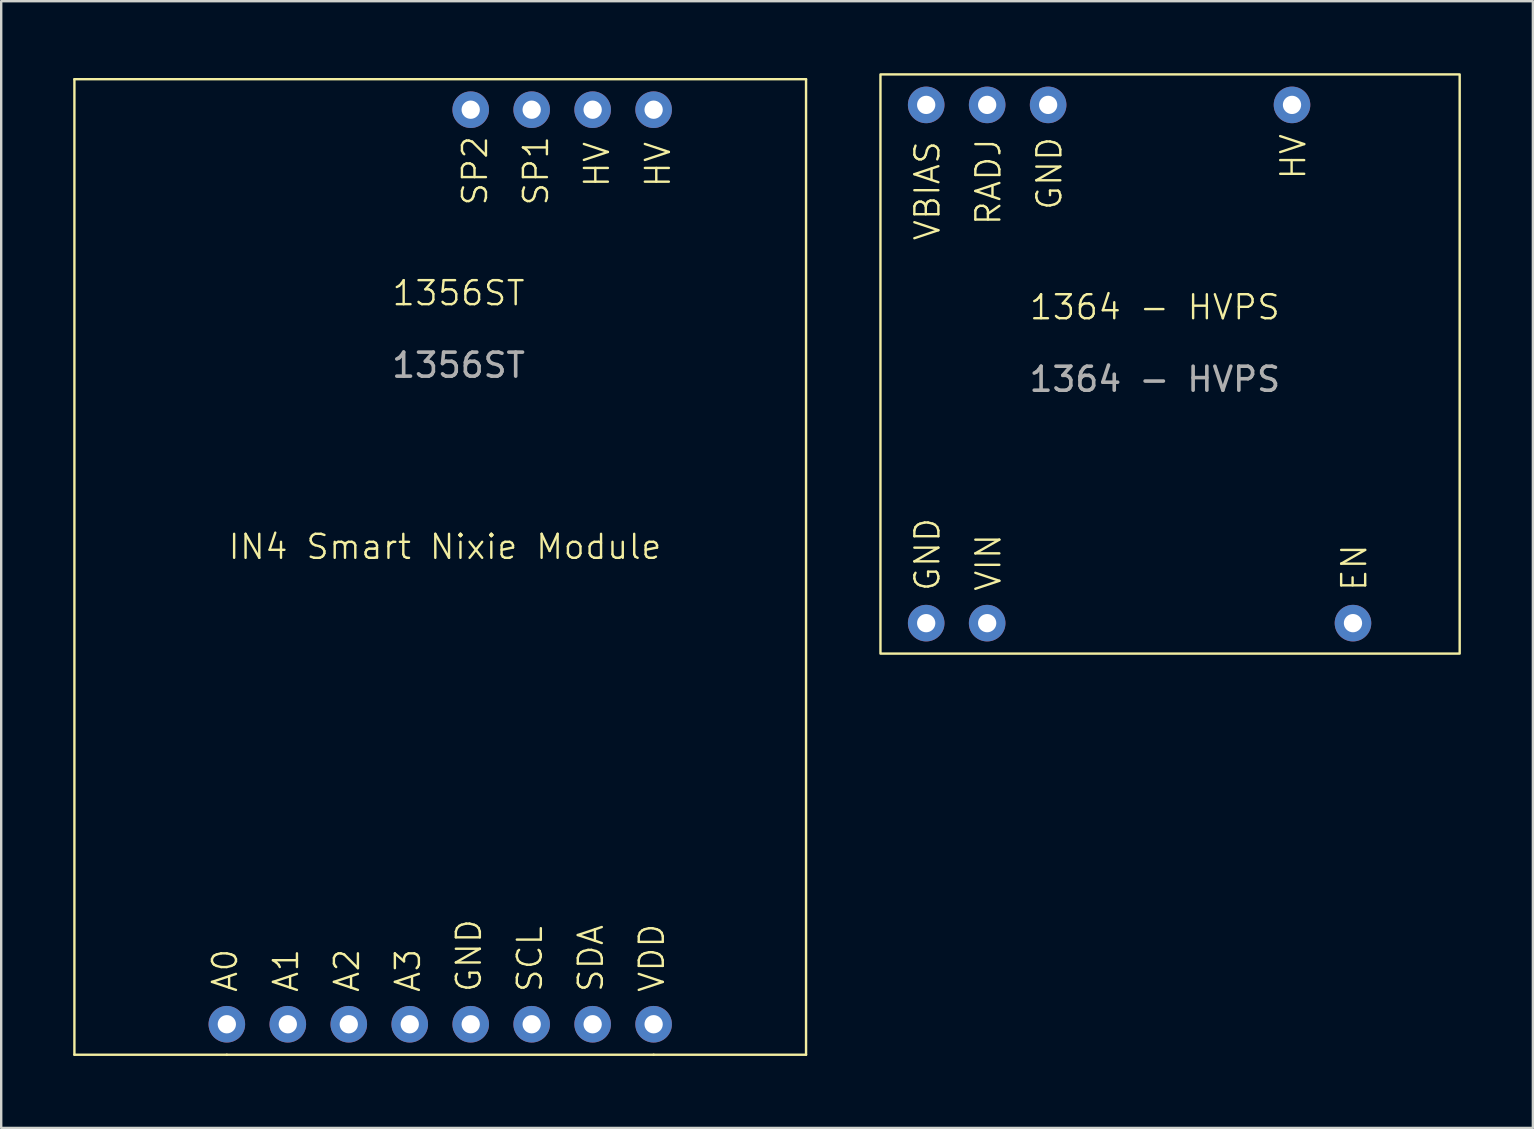
<source format=kicad_pcb>
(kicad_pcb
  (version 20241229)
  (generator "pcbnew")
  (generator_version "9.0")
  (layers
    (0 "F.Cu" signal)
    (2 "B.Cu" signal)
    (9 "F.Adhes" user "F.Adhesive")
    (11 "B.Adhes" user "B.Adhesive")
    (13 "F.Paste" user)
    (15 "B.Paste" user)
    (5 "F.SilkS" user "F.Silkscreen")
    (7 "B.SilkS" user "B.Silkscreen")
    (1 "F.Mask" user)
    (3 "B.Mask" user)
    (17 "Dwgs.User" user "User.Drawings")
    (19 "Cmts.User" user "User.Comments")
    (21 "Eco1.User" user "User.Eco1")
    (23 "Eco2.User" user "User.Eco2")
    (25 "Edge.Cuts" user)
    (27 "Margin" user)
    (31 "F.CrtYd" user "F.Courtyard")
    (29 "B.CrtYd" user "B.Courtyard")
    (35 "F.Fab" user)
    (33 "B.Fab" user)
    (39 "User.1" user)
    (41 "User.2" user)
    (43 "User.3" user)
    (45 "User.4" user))
  (footprint "1356ST"
    (layer "F.Cu")
    (at 30.149 0.25)
    (property "Reference" "1356ST" (at -14.097 8.914 0) (unlocked yes) (layer "F.SilkS") (effects (font (size 1 1) (thickness 0.1))))
    (attr through_hole)
    (fp_line (start -30.099 0) (end 0.381 0) (stroke (width 0.1) (type default)) (layer "F.SilkS"))
    (fp_line (start -30.099 40.64) (end -30.099 0) (stroke (width 0.1) (type default)) (layer "F.SilkS"))
    (fp_line (start -23.749 40.64) (end -30.099 40.64) (stroke (width 0.1) (type default)) (layer "F.SilkS"))
    (fp_line (start -23.749 40.64) (end -5.969 40.64) (stroke (width 0.1) (type default)) (layer "F.SilkS"))
    (fp_line (start -5.969 40.64) (end 0.381 40.64) (stroke (width 0.1) (type default)) (layer "F.SilkS"))
    (fp_line (start 0.381 0) (end 0.381 40.64) (stroke (width 0.1) (type default)) (layer "F.SilkS"))
    (fp_text user "A3" (at -15.621 38.1 90) (unlocked yes) (layer "F.SilkS") (effects (font (size 1 1) (thickness 0.1)) (justify left bottom)))
    (fp_text user "A1" (at -20.701 38.1 90) (unlocked yes) (layer "F.SilkS") (effects (font (size 1 1) (thickness 0.1)) (justify left bottom)))
    (fp_text user "SP1" (at -10.287 5.334 90) (unlocked yes) (layer "F.SilkS") (effects (font (size 1 1) (thickness 0.1)) (justify left bottom)))
    (fp_text user "HV" (at -7.747 4.572 90) (unlocked yes) (layer "F.SilkS") (effects (font (size 1 1) (thickness 0.1)) (justify left bottom)))
    (fp_text user "SP2" (at -12.827 5.334 90) (unlocked yes) (layer "F.SilkS") (effects (font (size 1 1) (thickness 0.1)) (justify left bottom)))
    (fp_text user "HV" (at -5.207 4.572 90) (unlocked yes) (layer "F.SilkS") (effects (font (size 1 1) (thickness 0.1)) (justify left bottom)))
    (fp_text user "IN4 Smart Nixie Module" (at -23.749 20.066 0) (unlocked yes) (layer "F.SilkS") (effects (font (size 1 1) (thickness 0.1)) (justify left bottom)))
    (fp_text user "VDD" (at -5.461 38.1 90) (unlocked yes) (layer "F.SilkS") (effects (font (size 1 1) (thickness 0.1)) (justify left bottom)))
    (fp_text user "A0" (at -23.241 38.1 90) (unlocked yes) (layer "F.SilkS") (effects (font (size 1 1) (thickness 0.1)) (justify left bottom)))
    (fp_text user "SCL" (at -10.541 38.1 90) (unlocked yes) (layer "F.SilkS") (effects (font (size 1 1) (thickness 0.1)) (justify left bottom)))
    (fp_text user "A2" (at -18.161 38.1 90) (unlocked yes) (layer "F.SilkS") (effects (font (size 1 1) (thickness 0.1)) (justify left bottom)))
    (fp_text user "SDA" (at -8.001 38.1 90) (unlocked yes) (layer "F.SilkS") (effects (font (size 1 1) (thickness 0.1)) (justify left bottom)))
    (fp_text user "GND" (at -13.081 38.1 90) (unlocked yes) (layer "F.SilkS") (effects (font (size 1 1) (thickness 0.1)) (justify left bottom)))
    (fp_text user "${REFERENCE}" (at -14.097 11.914 0) (unlocked yes) (layer "F.Fab") (effects (font (size 1 1) (thickness 0.15))))
    (pad "1" thru_hole circle (at -23.749 39.37) (size 1.524 1.524) (drill 0.762) (layers "*.Cu" "*.Mask"))
    (pad "2" thru_hole circle (at -21.209 39.37) (size 1.524 1.524) (drill 0.762) (layers "*.Cu" "*.Mask"))
    (pad "3" thru_hole circle (at -18.669 39.37) (size 1.524 1.524) (drill 0.762) (layers "*.Cu" "*.Mask"))
    (pad "4" thru_hole circle (at -16.129 39.37) (size 1.524 1.524) (drill 0.762) (layers "*.Cu" "*.Mask"))
    (pad "5" thru_hole circle (at -13.589 39.37) (size 1.524 1.524) (drill 0.762) (layers "*.Cu" "*.Mask"))
    (pad "6" thru_hole circle (at -11.049 39.37) (size 1.524 1.524) (drill 0.762) (layers "*.Cu" "*.Mask"))
    (pad "7" thru_hole circle (at -8.509 39.37) (size 1.524 1.524) (drill 0.762) (layers "*.Cu" "*.Mask"))
    (pad "8" thru_hole circle (at -5.969 39.37) (size 1.524 1.524) (drill 0.762) (layers "*.Cu" "*.Mask"))
    (pad "9" thru_hole circle (at -5.969 1.27) (size 1.524 1.524) (drill 0.762) (layers "*.Cu" "*.Mask"))
    (pad "10" thru_hole circle (at -8.509 1.27) (size 1.524 1.524) (drill 0.762) (layers "*.Cu" "*.Mask"))
    (pad "11" thru_hole circle (at -11.049 1.27) (size 1.524 1.524) (drill 0.762) (layers "*.Cu" "*.Mask"))
    (pad "12" thru_hole circle (at -13.589 1.27) (size 1.524 1.524) (drill 0.762) (layers "*.Cu" "*.Mask")))
  (footprint "1364 - HVPS"
    (layer "F.Cu")
    (at 45.06 12.75)
    (property "Reference" "1364 - HVPS" (at 0 -3 0) (unlocked yes) (layer "F.SilkS") (effects (font (size 1 1) (thickness 0.1))))
    (attr through_hole)
    (fp_rect (start -11.43 -12.7) (end 12.7 11.43) (stroke (width 0.1) (type default)) (fill no) (layer "F.SilkS"))
    (fp_text user "EN" (at 8.89 8.89 90) (unlocked yes) (layer "F.SilkS") (effects (font (size 1 1) (thickness 0.1)) (justify left bottom)))
    (fp_text user "VBIAS" (at -8.89 -5.715 90) (unlocked yes) (layer "F.SilkS") (effects (font (size 1 1) (thickness 0.1)) (justify left bottom)))
    (fp_text user "GND" (at -8.89 8.89 90) (unlocked yes) (layer "F.SilkS") (effects (font (size 1 1) (thickness 0.1)) (justify left bottom)))
    (fp_text user "GND" (at -3.81 -6.985 90) (unlocked yes) (layer "F.SilkS") (effects (font (size 1 1) (thickness 0.1)) (justify left bottom)))
    (fp_text user "HV" (at 6.35 -8.255 90) (unlocked yes) (layer "F.SilkS") (effects (font (size 1 1) (thickness 0.1)) (justify left bottom)))
    (fp_text user "RADJ" (at -6.35 -6.35 90) (unlocked yes) (layer "F.SilkS") (effects (font (size 1 1) (thickness 0.1)) (justify left bottom)))
    (fp_text user "VIN" (at -6.35 8.89 90) (unlocked yes) (layer "F.SilkS") (effects (font (size 1 1) (thickness 0.1)) (justify left bottom)))
    (fp_text user "${REFERENCE}" (at 0 0 0) (unlocked yes) (layer "F.Fab") (effects (font (size 1 1) (thickness 0.15))))
    (pad "1" thru_hole circle (at 5.715 -11.43) (size 1.524 1.524) (drill 0.762) (layers "*.Cu" "*.Mask"))
    (pad "2" thru_hole circle (at -6.985 -11.43) (size 1.524 1.524) (drill 0.762) (layers "*.Cu" "*.Mask"))
    (pad "3" thru_hole circle (at -4.445 -11.43) (size 1.524 1.524) (drill 0.762) (layers "*.Cu" "*.Mask"))
    (pad "4" thru_hole circle (at -6.985 10.16) (size 1.524 1.524) (drill 0.762) (layers "*.Cu" "*.Mask"))
    (pad "5" thru_hole circle (at -9.525 10.16) (size 1.524 1.524) (drill 0.762) (layers "*.Cu" "*.Mask"))
    (pad "6" thru_hole circle (at -9.525 -11.43) (size 1.524 1.524) (drill 0.762) (layers "*.Cu" "*.Mask"))
    (pad "7" thru_hole circle (at 8.255 10.16) (size 1.524 1.524) (drill 0.762) (layers "*.Cu" "*.Mask")))
  (gr_rect
    (start -3 -3)
    (end 60.81 43.94)
    (stroke (width 0.1) (type default))
    (fill no)
    (layer "Edge.Cuts")))
</source>
